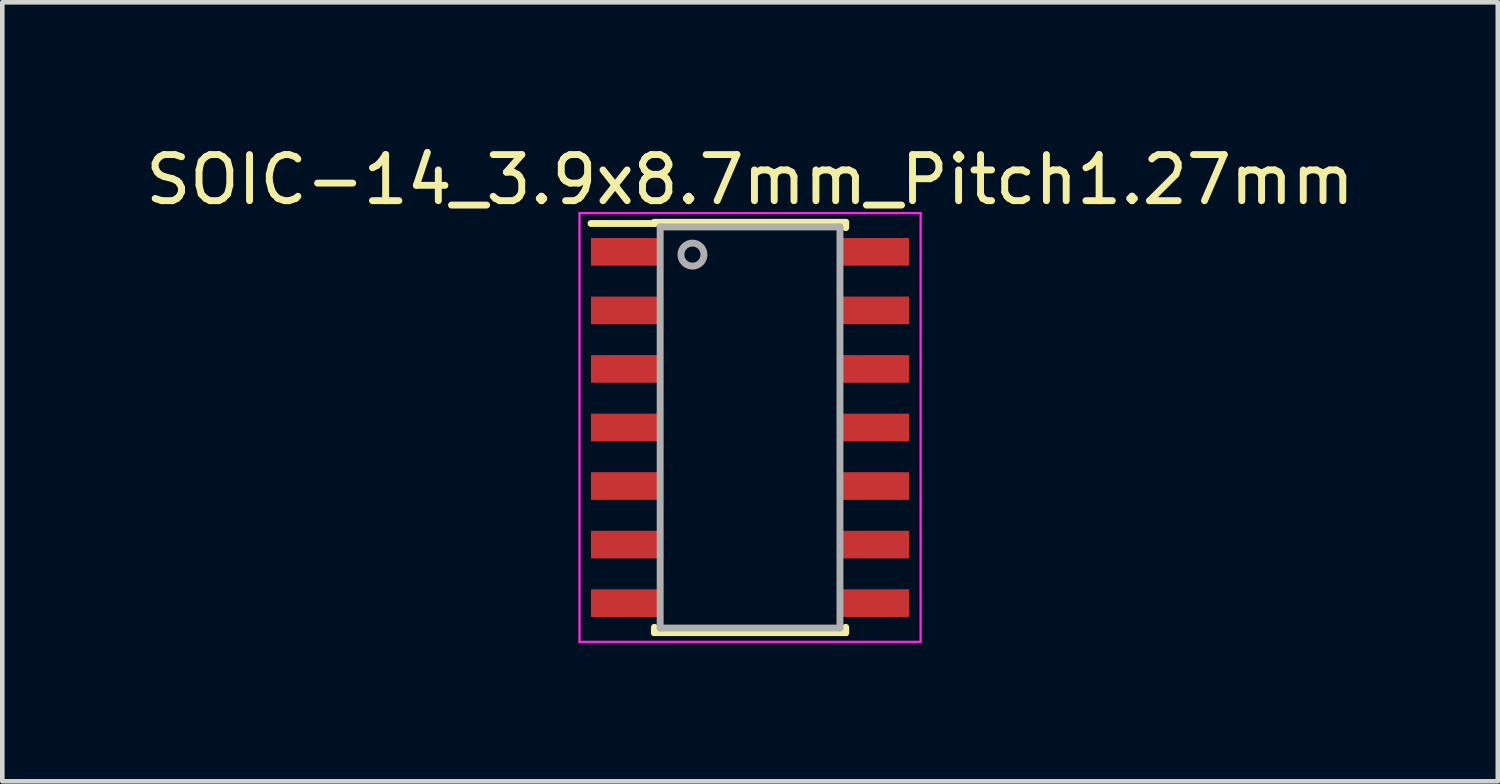
<source format=kicad_pcb>
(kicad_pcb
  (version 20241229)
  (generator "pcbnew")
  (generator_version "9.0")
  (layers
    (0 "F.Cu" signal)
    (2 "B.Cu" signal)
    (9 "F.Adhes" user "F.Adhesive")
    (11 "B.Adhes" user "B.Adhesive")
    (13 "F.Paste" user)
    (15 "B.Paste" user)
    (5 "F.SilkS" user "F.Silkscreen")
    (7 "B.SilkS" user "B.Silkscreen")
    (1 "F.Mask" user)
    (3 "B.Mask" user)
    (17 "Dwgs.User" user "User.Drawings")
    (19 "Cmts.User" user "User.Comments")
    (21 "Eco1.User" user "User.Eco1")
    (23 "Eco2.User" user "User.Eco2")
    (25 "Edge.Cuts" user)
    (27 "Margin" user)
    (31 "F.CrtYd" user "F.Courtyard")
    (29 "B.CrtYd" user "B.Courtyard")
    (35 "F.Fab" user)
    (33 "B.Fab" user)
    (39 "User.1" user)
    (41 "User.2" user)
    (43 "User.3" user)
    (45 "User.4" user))
  (footprint "SOIC-14_3.9x8.7mm_Pitch1.27mm"
    (layer "F.Cu")
    (at 13.22 6.223)
    (property "Reference" "SOIC-14_3.9x8.7mm_Pitch1.27mm" (at 0 -5.375 0) (layer "F.SilkS") (effects (font (size 1 1) (thickness 0.15))))
    (attr smd)
    (fp_line (start -2.075 -4.45) (end -2.075 -4.425) (stroke (width 0.15) (type solid)) (layer "F.SilkS"))
    (fp_line (start -2.075 -4.45) (end 2.075 -4.45) (stroke (width 0.15) (type solid)) (layer "F.SilkS"))
    (fp_line (start -2.075 -4.425) (end -3.45 -4.425) (stroke (width 0.15) (type solid)) (layer "F.SilkS"))
    (fp_line (start -2.075 4.45) (end -2.075 4.335) (stroke (width 0.15) (type solid)) (layer "F.SilkS"))
    (fp_line (start -2.075 4.45) (end 2.075 4.45) (stroke (width 0.15) (type solid)) (layer "F.SilkS"))
    (fp_line (start 2.075 -4.45) (end 2.075 -4.335) (stroke (width 0.15) (type solid)) (layer "F.SilkS"))
    (fp_line (start 2.075 4.45) (end 2.075 4.335) (stroke (width 0.15) (type solid)) (layer "F.SilkS"))
    (fp_line (start -3.7 -4.65) (end -3.7 4.65) (stroke (width 0.05) (type solid)) (layer "F.CrtYd"))
    (fp_line (start -3.7 -4.65) (end 3.7 -4.65) (stroke (width 0.05) (type solid)) (layer "F.CrtYd"))
    (fp_line (start -3.7 4.65) (end 3.7 4.65) (stroke (width 0.05) (type solid)) (layer "F.CrtYd"))
    (fp_line (start 3.7 -4.65) (end 3.7 4.65) (stroke (width 0.05) (type solid)) (layer "F.CrtYd"))
    (fp_line (start -1.95 -4.35) (end -1.95 4.35) (stroke (width 0.15) (type solid)) (layer "F.Fab"))
    (fp_line (start -1.95 4.35) (end 1.95 4.35) (stroke (width 0.15) (type solid)) (layer "F.Fab"))
    (fp_line (start 1.95 -4.35) (end -1.95 -4.35) (stroke (width 0.15) (type solid)) (layer "F.Fab"))
    (fp_line (start 1.95 4.35) (end 1.95 -4.35) (stroke (width 0.15) (type solid)) (layer "F.Fab"))
    (fp_circle (center -1.25 -3.75) (end -1.5 -3.75) (stroke (width 0.15) (type solid)) (fill no) (layer "F.Fab"))
    (pad "1" smd rect (at -2.7 -3.81) (size 1.5 0.6) (layers "F.Cu" "F.Mask" "F.Paste"))
    (pad "2" smd rect (at -2.7 -2.54) (size 1.5 0.6) (layers "F.Cu" "F.Mask" "F.Paste"))
    (pad "3" smd rect (at -2.7 -1.27) (size 1.5 0.6) (layers "F.Cu" "F.Mask" "F.Paste"))
    (pad "4" smd rect (at -2.7 0) (size 1.5 0.6) (layers "F.Cu" "F.Mask" "F.Paste"))
    (pad "5" smd rect (at -2.7 1.27) (size 1.5 0.6) (layers "F.Cu" "F.Mask" "F.Paste"))
    (pad "6" smd rect (at -2.7 2.54) (size 1.5 0.6) (layers "F.Cu" "F.Mask" "F.Paste"))
    (pad "7" smd rect (at -2.7 3.81) (size 1.5 0.6) (layers "F.Cu" "F.Mask" "F.Paste"))
    (pad "8" smd rect (at 2.7 3.81) (size 1.5 0.6) (layers "F.Cu" "F.Mask" "F.Paste"))
    (pad "9" smd rect (at 2.7 2.54) (size 1.5 0.6) (layers "F.Cu" "F.Mask" "F.Paste"))
    (pad "10" smd rect (at 2.7 1.27) (size 1.5 0.6) (layers "F.Cu" "F.Mask" "F.Paste"))
    (pad "11" smd rect (at 2.7 0) (size 1.5 0.6) (layers "F.Cu" "F.Mask" "F.Paste"))
    (pad "12" smd rect (at 2.7 -1.27) (size 1.5 0.6) (layers "F.Cu" "F.Mask" "F.Paste"))
    (pad "13" smd rect (at 2.7 -2.54) (size 1.5 0.6) (layers "F.Cu" "F.Mask" "F.Paste"))
    (pad "14" smd rect (at 2.7 -3.81) (size 1.5 0.6) (layers "F.Cu" "F.Mask" "F.Paste")))
  (gr_rect
    (start -3 -3)
    (end 29.44 13.898)
    (stroke (width 0.1) (type default))
    (fill no)
    (layer "Edge.Cuts")))
</source>
